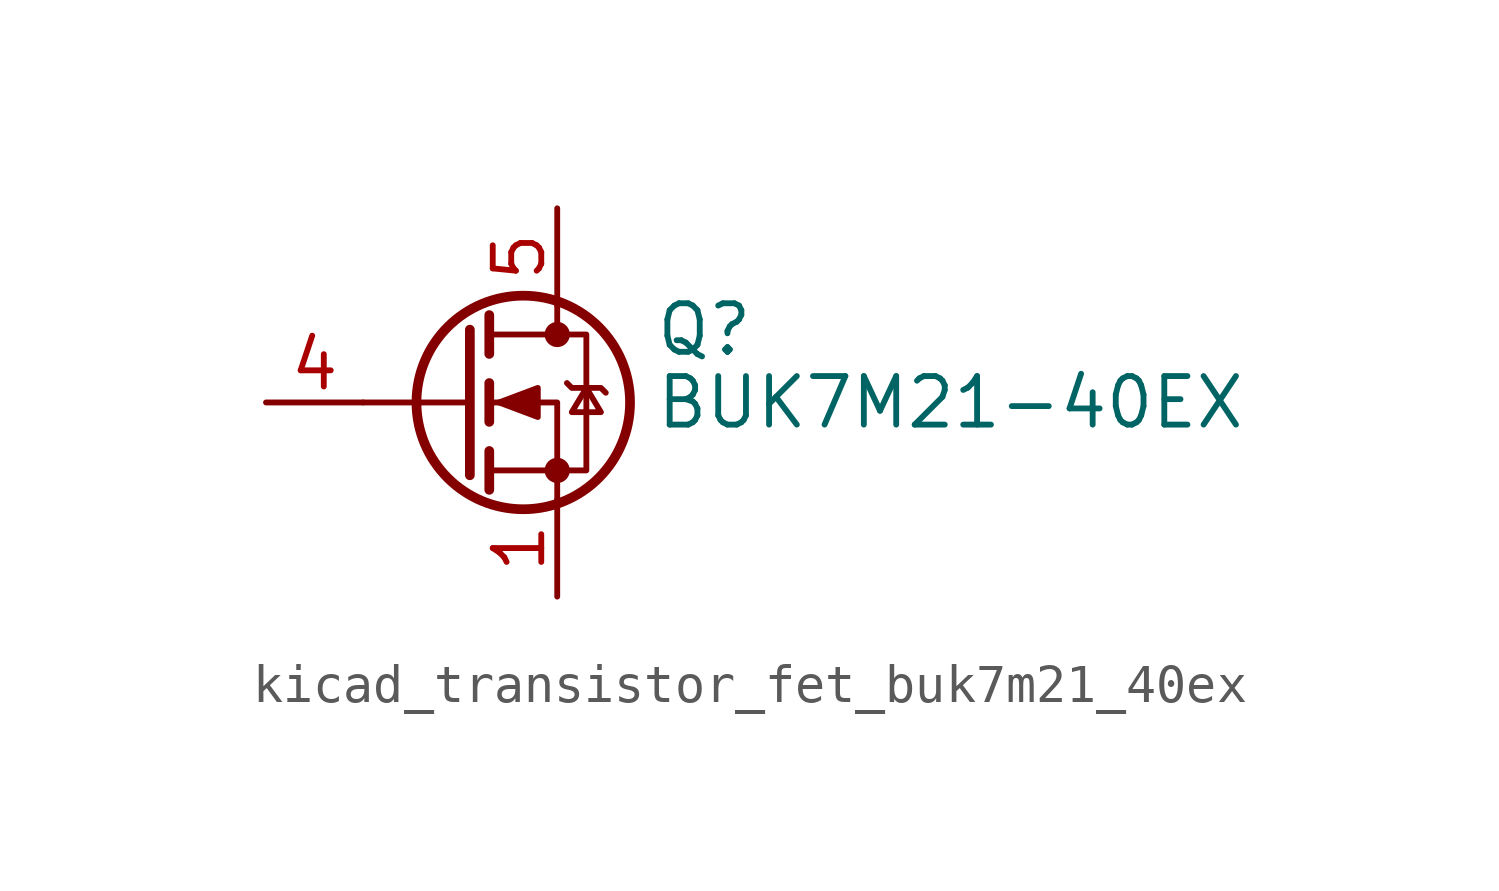
<source format=kicad_sym>
(kicad_symbol_lib
  (version 20220914)
  (generator kicad_symbol_editor)
  (symbol "kicad_transistor_fet_buk7m21_40ex"
    (pin_names hide)
    (property "Reference" "Q"
      (at 5.08 1.905 0)
      (effects (font (size 1.27 1.27)) (justify left)))
    (property "Value" "BUK7M21-40EX"
      (at 5.08 0 0)
      (effects (font (size 1.27 1.27)) (justify left)))
    (symbol "kicad_transistor_fet_buk7m21_40ex_0_1"
      (polyline (pts (xy 0.254 0) (xy -2.54 0)) (stroke (width 0) (type default)) (fill (type none)))
      (polyline (pts (xy 0.254 1.905) (xy 0.254 -1.905)) (stroke (width 0.254) (type default)) (fill (type none)))
      (polyline (pts (xy 0.762 -1.27) (xy 0.762 -2.286)) (stroke (width 0.254) (type default)) (fill (type none)))
      (polyline (pts (xy 0.762 0.508) (xy 0.762 -0.508)) (stroke (width 0.254) (type default)) (fill (type none)))
      (polyline (pts (xy 0.762 2.286) (xy 0.762 1.27)) (stroke (width 0.254) (type default)) (fill (type none)))
      (polyline (pts (xy 2.54 2.54) (xy 2.54 1.778)) (stroke (width 0) (type default)) (fill (type none)))
      (polyline (pts (xy 2.54 -2.54) (xy 2.54 0) (xy 0.762 0)) (stroke (width 0) (type default)) (fill (type none)))
      (polyline (pts (xy 0.762 -1.778) (xy 3.302 -1.778) (xy 3.302 1.778) (xy 0.762 1.778)) (stroke (width 0) (type default)) (fill (type none)))
      (polyline (pts (xy 1.016 0) (xy 2.032 0.381) (xy 2.032 -0.381) (xy 1.016 0)) (stroke (width 0) (type default)) (fill (type outline)))
      (polyline (pts (xy 2.794 0.508) (xy 2.921 0.381) (xy 3.683 0.381) (xy 3.81 0.254)) (stroke (width 0) (type default)) (fill (type none)))
      (polyline (pts (xy 3.302 0.381) (xy 2.921 -0.254) (xy 3.683 -0.254) (xy 3.302 0.381)) (stroke (width 0) (type default)) (fill (type none)))
      (circle (center 1.651 0) (radius 2.794) (stroke (width 0.254) (type default)) (fill (type none)))
      (circle (center 2.54 -1.778) (radius 0.254) (stroke (width 0) (type default)) (fill (type outline)))
      (circle (center 2.54 1.778) (radius 0.254) (stroke (width 0) (type default)) (fill (type outline))))
    (symbol "kicad_transistor_fet_buk7m21_40ex_1_1"
      (pin passive line (at 2.54 -5.08 90) (length 2.54) (name "S" (effects (font (size 1.27 1.27)))) (number "1" (effects (font (size 1.27 1.27)))))
      (pin passive line (at 2.54 -5.08 90) (length 2.54) hide (name "S" (effects (font (size 1.27 1.27)))) (number "2" (effects (font (size 1.27 1.27)))))
      (pin passive line (at 2.54 -5.08 90) (length 2.54) hide (name "S" (effects (font (size 1.27 1.27)))) (number "3" (effects (font (size 1.27 1.27)))))
      (pin passive line (at -5.08 0 0) (length 2.54) (name "G" (effects (font (size 1.27 1.27)))) (number "4" (effects (font (size 1.27 1.27)))))
      (pin passive line (at 2.54 5.08 270) (length 2.54) (name "D" (effects (font (size 1.27 1.27)))) (number "5" (effects (font (size 1.27 1.27))))))))
</source>
